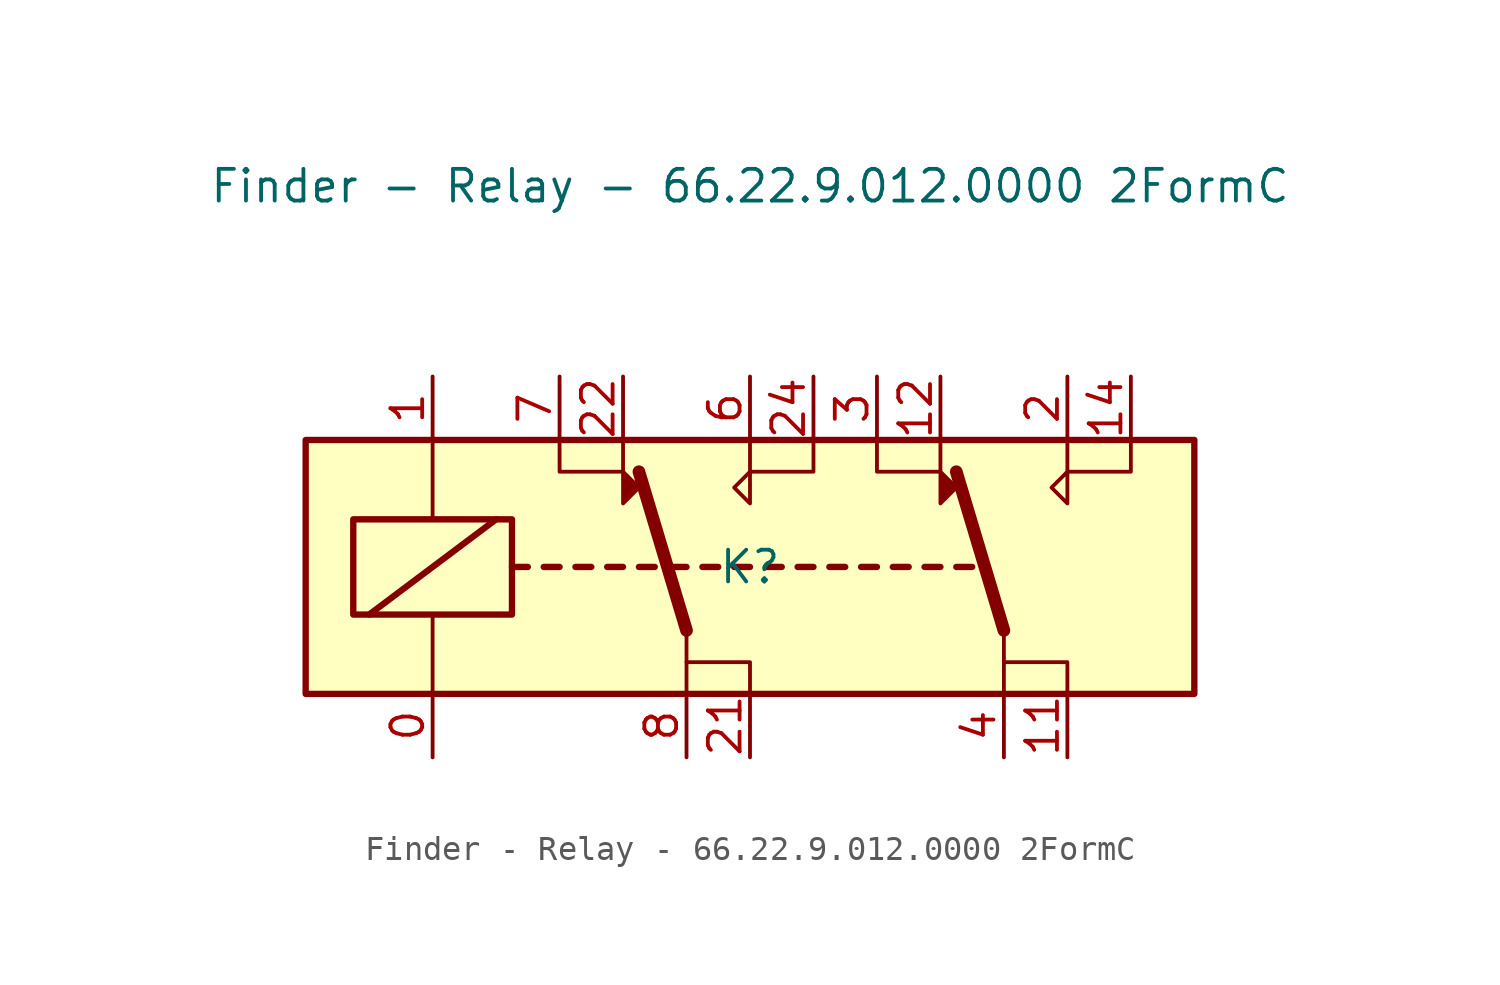
<source format=kicad_sym>
(kicad_symbol_lib
  (version 20211014)
  (generator kicad_symbol_editor)
  (symbol "Finder - Relay - 66.22.9.012.0000 2FormC"
    (pin_names hide)
    (property "Reference" "K"
      (at 0 0 0)
      (effects (font (size 1.27 1.27))))
    (property "Value" "Finder - Relay - 66.22.9.012.0000 2FormC"
      (at 0 15.24 0)
      (effects (font (size 1.27 1.27))))
    (property "DNP" ""
      (at -2.54 0 0)
      (effects (font (size 1.27 1.27))))
    (symbol "Finder - Relay - 66.22.9.012.0000 2FormC_0_1"
      (rectangle (start -17.78 5.08) (end 17.78 -5.08) (stroke (width 0.254) (type default) (color 0 0 0 0)) (fill (type background)))
      (rectangle (start -15.875 1.905) (end -9.525 -1.905) (stroke (width 0.254) (type default) (color 0 0 0 0)) (fill (type none)))
      (polyline (pts (xy -15.24 -1.905) (xy -10.16 1.905)) (stroke (width 0.254) (type default) (color 0 0 0 0)) (fill (type none)))
      (polyline (pts (xy -12.7 -5.08) (xy -12.7 -1.905)) (stroke (width 0) (type default) (color 0 0 0 0)) (fill (type none)))
      (polyline (pts (xy -12.7 5.08) (xy -12.7 1.905)) (stroke (width 0) (type default) (color 0 0 0 0)) (fill (type none)))
      (polyline (pts (xy -9.525 0) (xy -8.89 0)) (stroke (width 0.254) (type default) (color 0 0 0 0)) (fill (type none)))
      (polyline (pts (xy -8.255 0) (xy -7.62 0)) (stroke (width 0.254) (type default) (color 0 0 0 0)) (fill (type none)))
      (polyline (pts (xy -6.985 0) (xy -6.35 0)) (stroke (width 0.254) (type default) (color 0 0 0 0)) (fill (type none)))
      (polyline (pts (xy -5.715 0) (xy -5.08 0)) (stroke (width 0.254) (type default) (color 0 0 0 0)) (fill (type none)))
      (polyline (pts (xy -4.445 0) (xy -3.81 0)) (stroke (width 0.254) (type default) (color 0 0 0 0)) (fill (type none)))
      (polyline (pts (xy -3.175 0) (xy -2.54 0)) (stroke (width 0.254) (type default) (color 0 0 0 0)) (fill (type none)))
      (polyline (pts (xy -2.54 -2.54) (xy -4.445 3.81)) (stroke (width 0.508) (type default) (color 0 0 0 0)) (fill (type none)))
      (polyline (pts (xy -2.54 -2.54) (xy -2.54 -5.08)) (stroke (width 0) (type default) (color 0 0 0 0)) (fill (type none)))
      (polyline (pts (xy -1.905 0) (xy -1.27 0)) (stroke (width 0.254) (type default) (color 0 0 0 0)) (fill (type none)))
      (polyline (pts (xy -0.635 0) (xy 0 0)) (stroke (width 0.254) (type default) (color 0 0 0 0)) (fill (type none)))
      (polyline (pts (xy 0.635 0) (xy 1.27 0)) (stroke (width 0.254) (type default) (color 0 0 0 0)) (fill (type none)))
      (polyline (pts (xy 1.905 0) (xy 2.54 0)) (stroke (width 0.254) (type default) (color 0 0 0 0)) (fill (type none)))
      (polyline (pts (xy 3.175 0) (xy 3.81 0)) (stroke (width 0.254) (type default) (color 0 0 0 0)) (fill (type none)))
      (polyline (pts (xy 4.445 0) (xy 5.08 0)) (stroke (width 0.254) (type default) (color 0 0 0 0)) (fill (type none)))
      (polyline (pts (xy 5.715 0) (xy 6.35 0)) (stroke (width 0.254) (type default) (color 0 0 0 0)) (fill (type none)))
      (polyline (pts (xy 6.985 0) (xy 7.62 0)) (stroke (width 0.254) (type default) (color 0 0 0 0)) (fill (type none)))
      (polyline (pts (xy 8.255 0) (xy 8.89 0)) (stroke (width 0.254) (type default) (color 0 0 0 0)) (fill (type none)))
      (polyline (pts (xy 10.16 -2.54) (xy 8.255 3.81)) (stroke (width 0.508) (type default) (color 0 0 0 0)) (fill (type none)))
      (polyline (pts (xy 10.16 -2.54) (xy 10.16 -5.08)) (stroke (width 0) (type default) (color 0 0 0 0)) (fill (type none)))
      (polyline (pts (xy -7.62 5.08) (xy -7.62 3.81) (xy -5.08 3.81)) (stroke (width 0) (type default) (color 0 0 0 0)) (fill (type none)))
      (polyline (pts (xy 0 -5.08) (xy 0 -3.81) (xy -2.54 -3.81)) (stroke (width 0) (type default) (color 0 0 0 0)) (fill (type none)))
      (polyline (pts (xy 2.54 5.08) (xy 2.54 3.81) (xy 0 3.81)) (stroke (width 0) (type default) (color 0 0 0 0)) (fill (type none)))
      (polyline (pts (xy 5.08 5.08) (xy 5.08 3.81) (xy 7.62 3.81)) (stroke (width 0) (type default) (color 0 0 0 0)) (fill (type none)))
      (polyline (pts (xy 12.7 -5.08) (xy 12.7 -3.81) (xy 10.16 -3.81)) (stroke (width 0) (type default) (color 0 0 0 0)) (fill (type none)))
      (polyline (pts (xy 15.24 5.08) (xy 15.24 3.81) (xy 12.7 3.81)) (stroke (width 0) (type default) (color 0 0 0 0)) (fill (type none)))
      (polyline (pts (xy -5.08 5.08) (xy -5.08 2.54) (xy -4.445 3.175) (xy -5.08 3.81)) (stroke (width 0) (type default) (color 0 0 0 0)) (fill (type outline)))
      (polyline (pts (xy 0 5.08) (xy 0 2.54) (xy -0.635 3.175) (xy 0 3.81)) (stroke (width 0) (type default) (color 0 0 0 0)) (fill (type none)))
      (polyline (pts (xy 7.62 5.08) (xy 7.62 2.54) (xy 8.255 3.175) (xy 7.62 3.81)) (stroke (width 0) (type default) (color 0 0 0 0)) (fill (type outline)))
      (polyline (pts (xy 12.7 5.08) (xy 12.7 2.54) (xy 12.065 3.175) (xy 12.7 3.81)) (stroke (width 0) (type default) (color 0 0 0 0)) (fill (type none))))
    (symbol "Finder - Relay - 66.22.9.012.0000 2FormC_1_1"
      (pin passive line (at -12.7 -7.62 90) (length 2.54) (name "A1" (effects (font (size 1.27 1.27)))) (number "0" (effects (font (size 1.27 1.27)))))
      (pin passive line (at -12.7 7.62 270) (length 2.54) (name "A2" (effects (font (size 1.27 1.27)))) (number "1" (effects (font (size 1.27 1.27)))))
      (pin passive line (at 12.7 -7.62 90) (length 2.54) (name "11" (effects (font (size 1.27 1.27)))) (number "11" (effects (font (size 1.27 1.27)))))
      (pin passive line (at 7.62 7.62 270) (length 2.54) (name "12" (effects (font (size 1.27 1.27)))) (number "12" (effects (font (size 1.27 1.27)))))
      (pin passive line (at 15.24 7.62 270) (length 2.54) (name "14" (effects (font (size 1.27 1.27)))) (number "14" (effects (font (size 1.27 1.27)))))
      (pin passive line (at 12.7 7.62 270) (length 2.54) (name "2" (effects (font (size 1.27 1.27)))) (number "2" (effects (font (size 1.27 1.27)))))
      (pin passive line (at 0 -7.62 90) (length 2.54) (name "21" (effects (font (size 1.27 1.27)))) (number "21" (effects (font (size 1.27 1.27)))))
      (pin passive line (at -5.08 7.62 270) (length 2.54) (name "22" (effects (font (size 1.27 1.27)))) (number "22" (effects (font (size 1.27 1.27)))))
      (pin passive line (at 2.54 7.62 270) (length 2.54) (name "24" (effects (font (size 1.27 1.27)))) (number "24" (effects (font (size 1.27 1.27)))))
      (pin passive line (at 5.08 7.62 270) (length 2.54) (name "3" (effects (font (size 1.27 1.27)))) (number "3" (effects (font (size 1.27 1.27)))))
      (pin passive line (at 10.16 -7.62 90) (length 2.54) (name "4" (effects (font (size 1.27 1.27)))) (number "4" (effects (font (size 1.27 1.27)))))
      (pin passive line (at 0 7.62 270) (length 2.54) (name "6" (effects (font (size 1.27 1.27)))) (number "6" (effects (font (size 1.27 1.27)))))
      (pin passive line (at -7.62 7.62 270) (length 2.54) (name "7" (effects (font (size 1.27 1.27)))) (number "7" (effects (font (size 1.27 1.27)))))
      (pin passive line (at -2.54 -7.62 90) (length 2.54) (name "8" (effects (font (size 1.27 1.27)))) (number "8" (effects (font (size 1.27 1.27))))))))
</source>
